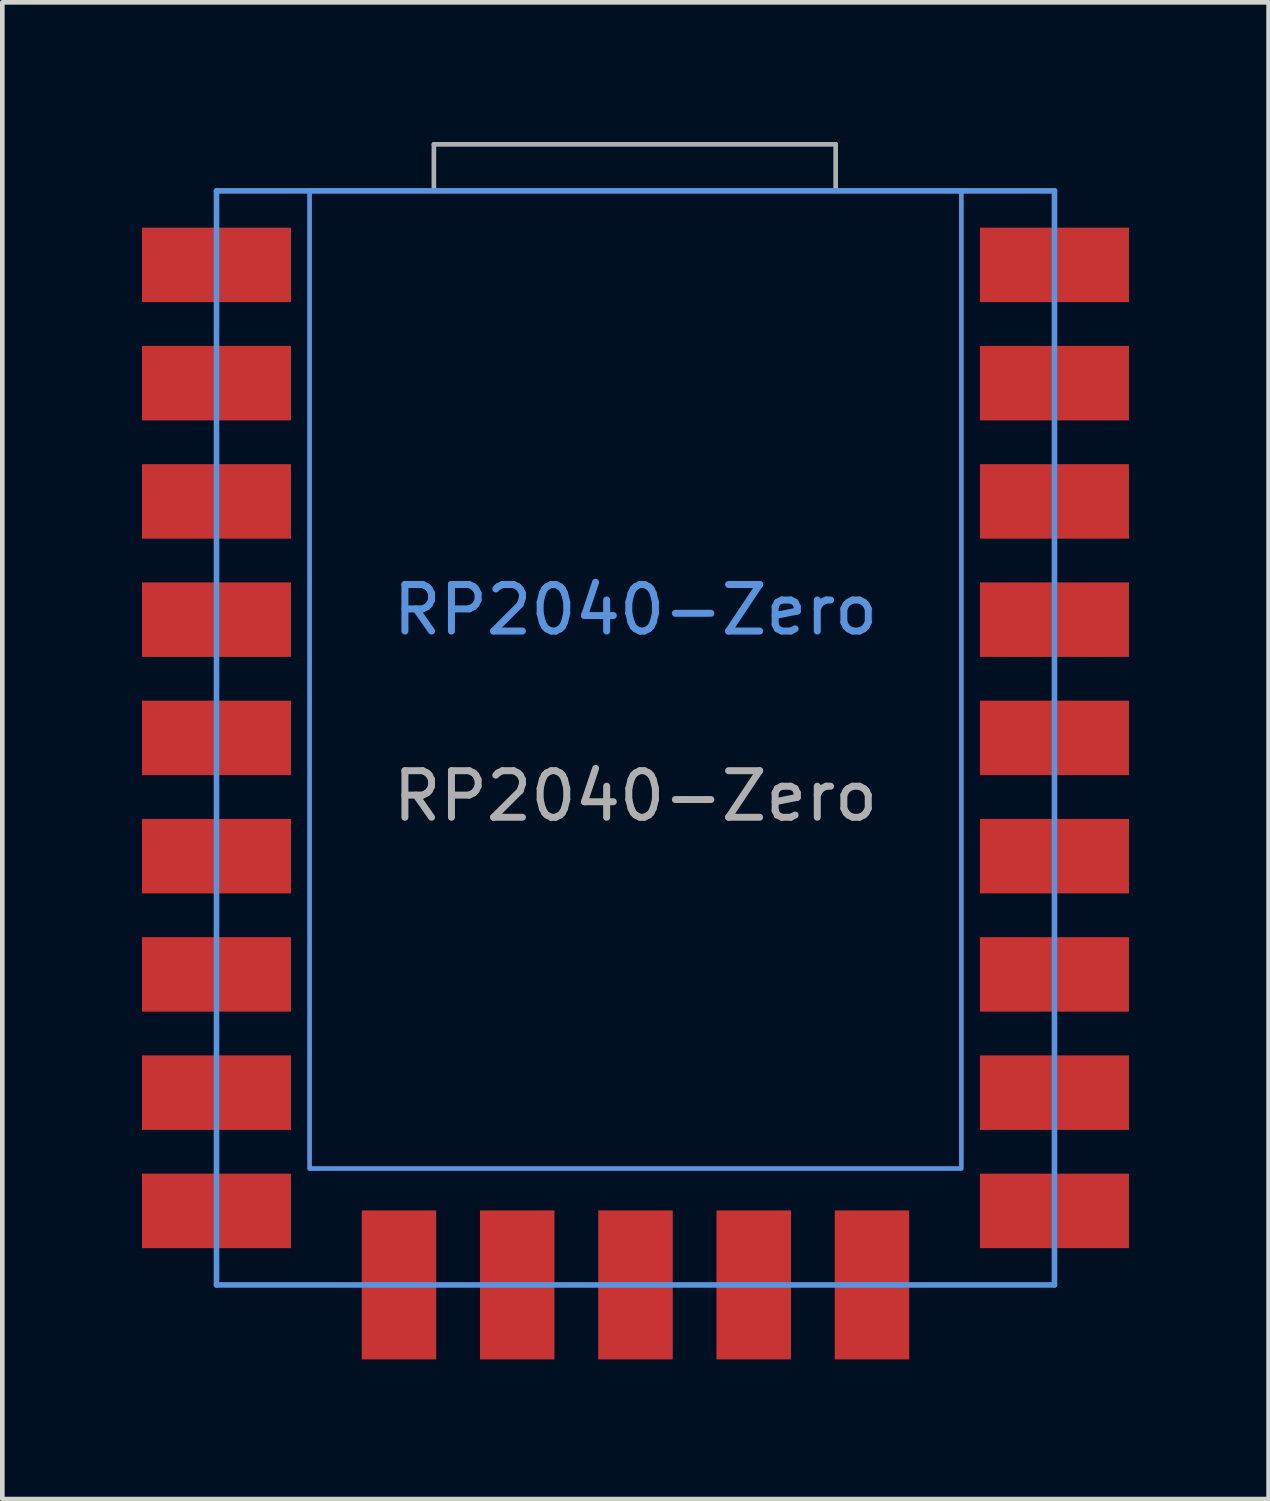
<source format=kicad_pcb>
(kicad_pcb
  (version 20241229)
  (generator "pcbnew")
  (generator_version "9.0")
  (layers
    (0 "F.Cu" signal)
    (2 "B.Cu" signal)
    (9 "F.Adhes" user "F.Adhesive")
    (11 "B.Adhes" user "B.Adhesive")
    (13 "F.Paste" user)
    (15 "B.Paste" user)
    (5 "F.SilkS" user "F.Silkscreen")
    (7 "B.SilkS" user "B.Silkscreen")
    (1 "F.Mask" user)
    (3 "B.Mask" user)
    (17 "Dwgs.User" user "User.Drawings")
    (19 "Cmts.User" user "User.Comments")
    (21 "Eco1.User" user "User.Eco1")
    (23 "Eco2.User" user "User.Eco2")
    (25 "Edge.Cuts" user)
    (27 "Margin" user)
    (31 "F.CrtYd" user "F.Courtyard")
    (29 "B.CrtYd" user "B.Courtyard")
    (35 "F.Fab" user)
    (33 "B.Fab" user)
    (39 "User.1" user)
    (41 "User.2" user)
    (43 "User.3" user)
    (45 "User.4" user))
  (footprint "RP2040-Zero"
    (layer "F.Cu")
    (at 1.6 24.55)
    (property "Reference" "RP2040-Zero" (at 9 -14.5 0) (unlocked yes) (layer "Cmts.User") (effects (font (size 1 1) (thickness 0.15))))
    (attr through_hole)
    (fp_line (start 0 -23.5) (end 0 0) (stroke (width 0.12) (type solid)) (layer "Cmts.User"))
    (fp_line (start 0 0) (end 18 0) (stroke (width 0.12) (type solid)) (layer "Cmts.User"))
    (fp_line (start 18 -23.5) (end 0 -23.5) (stroke (width 0.12) (type solid)) (layer "Cmts.User"))
    (fp_line (start 18 0) (end 18 -23.5) (stroke (width 0.12) (type solid)) (layer "Cmts.User"))
    (fp_rect (start 2 -2.5) (end 16 -23.5) (stroke (width 0.1) (type default)) (fill no) (layer "Cmts.User"))
    (fp_line (start 0 -23.5) (end 18 -23.5) (stroke (width 0.05) (type solid)) (layer "F.CrtYd"))
    (fp_line (start 0 0) (end 0 -23.5) (stroke (width 0.05) (type solid)) (layer "F.CrtYd"))
    (fp_line (start 18 -23.5) (end 18 0) (stroke (width 0.05) (type solid)) (layer "F.CrtYd"))
    (fp_line (start 18 0) (end 0 0) (stroke (width 0.05) (type solid)) (layer "F.CrtYd"))
    (fp_line (start 4.67 -24.5) (end 4.67 -23.5) (stroke (width 0.1) (type solid)) (layer "F.Fab"))
    (fp_line (start 4.67 -24.5) (end 13.3 -24.5) (stroke (width 0.1) (type solid)) (layer "F.Fab"))
    (fp_line (start 13.3 -24.5) (end 13.3 -23.5) (stroke (width 0.1) (type solid)) (layer "F.Fab"))
    (fp_text user "${REFERENCE}" (at 9 -10.5 0) (unlocked yes) (layer "F.Fab") (effects (font (size 1 1) (thickness 0.15))))
    (pad "1" smd rect (at 18 -21.91) (size 3.2 1.6) (layers "F.Cu" "F.Mask" "F.Paste"))
    (pad "2" smd rect (at 18 -19.37) (size 3.2 1.6) (layers "F.Cu" "F.Mask" "F.Paste"))
    (pad "3" smd rect (at 18 -16.83) (size 3.2 1.6) (layers "F.Cu" "F.Mask" "F.Paste"))
    (pad "4" smd rect (at 18 -14.29) (size 3.2 1.6) (layers "F.Cu" "F.Mask" "F.Paste"))
    (pad "5" smd rect (at 18 -11.75) (size 3.2 1.6) (layers "F.Cu" "F.Mask" "F.Paste"))
    (pad "6" smd rect (at 18 -9.21) (size 3.2 1.6) (layers "F.Cu" "F.Mask" "F.Paste"))
    (pad "7" smd rect (at 18 -6.67) (size 3.2 1.6) (layers "F.Cu" "F.Mask" "F.Paste"))
    (pad "8" smd rect (at 18 -4.13) (size 3.2 1.6) (layers "F.Cu" "F.Mask" "F.Paste"))
    (pad "9" smd rect (at 18 -1.59) (size 3.2 1.6) (layers "F.Cu" "F.Mask" "F.Paste"))
    (pad "10" smd rect (at 14.08 0) (size 1.6 3.2) (layers "F.Cu" "F.Mask" "F.Paste"))
    (pad "11" smd rect (at 11.54 0) (size 1.6 3.2) (layers "F.Cu" "F.Mask" "F.Paste"))
    (pad "12" smd rect (at 9 0) (size 1.6 3.2) (layers "F.Cu" "F.Mask" "F.Paste"))
    (pad "13" smd rect (at 6.46 0) (size 1.6 3.2) (layers "F.Cu" "F.Mask" "F.Paste"))
    (pad "14" smd rect (at 3.92 0) (size 1.6 3.2) (layers "F.Cu" "F.Mask" "F.Paste"))
    (pad "15" smd rect (at 0 -1.59) (size 3.2 1.6) (layers "F.Cu" "F.Mask" "F.Paste"))
    (pad "16" smd rect (at 0 -4.13) (size 3.2 1.6) (layers "F.Cu" "F.Mask" "F.Paste"))
    (pad "17" smd rect (at 0 -6.67) (size 3.2 1.6) (layers "F.Cu" "F.Mask" "F.Paste"))
    (pad "18" smd rect (at 0 -9.21) (size 3.2 1.6) (layers "F.Cu" "F.Mask" "F.Paste"))
    (pad "19" smd rect (at 0 -11.75) (size 3.2 1.6) (layers "F.Cu" "F.Mask" "F.Paste"))
    (pad "20" smd rect (at 0 -14.29) (size 3.2 1.6) (layers "F.Cu" "F.Mask" "F.Paste"))
    (pad "21" smd rect (at 0 -16.83) (size 3.2 1.6) (layers "F.Cu" "F.Mask" "F.Paste"))
    (pad "22" smd rect (at 0 -21.91) (size 3.2 1.6) (layers "F.Cu" "F.Mask" "F.Paste"))
    (pad "23" smd rect (at 0 -19.37) (size 3.2 1.6) (layers "F.Cu" "F.Mask" "F.Paste")))
  (gr_rect
    (start -3 -3)
    (end 24.2 29.15)
    (stroke (width 0.1) (type default))
    (fill no)
    (layer "Edge.Cuts")))
</source>
